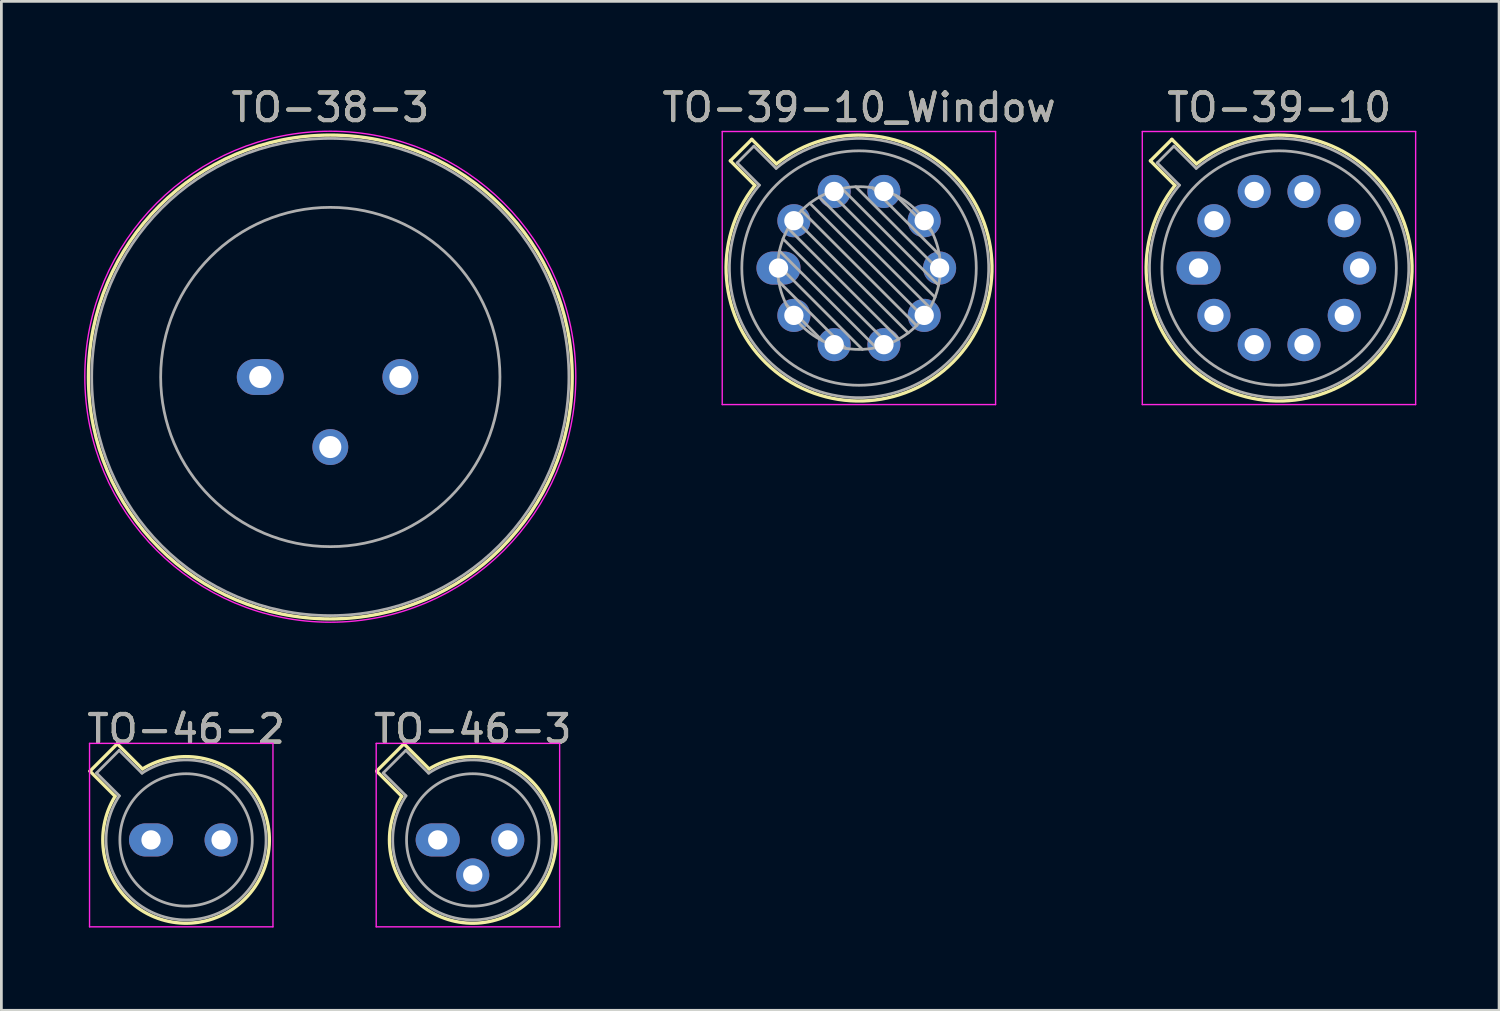
<source format=kicad_pcb>
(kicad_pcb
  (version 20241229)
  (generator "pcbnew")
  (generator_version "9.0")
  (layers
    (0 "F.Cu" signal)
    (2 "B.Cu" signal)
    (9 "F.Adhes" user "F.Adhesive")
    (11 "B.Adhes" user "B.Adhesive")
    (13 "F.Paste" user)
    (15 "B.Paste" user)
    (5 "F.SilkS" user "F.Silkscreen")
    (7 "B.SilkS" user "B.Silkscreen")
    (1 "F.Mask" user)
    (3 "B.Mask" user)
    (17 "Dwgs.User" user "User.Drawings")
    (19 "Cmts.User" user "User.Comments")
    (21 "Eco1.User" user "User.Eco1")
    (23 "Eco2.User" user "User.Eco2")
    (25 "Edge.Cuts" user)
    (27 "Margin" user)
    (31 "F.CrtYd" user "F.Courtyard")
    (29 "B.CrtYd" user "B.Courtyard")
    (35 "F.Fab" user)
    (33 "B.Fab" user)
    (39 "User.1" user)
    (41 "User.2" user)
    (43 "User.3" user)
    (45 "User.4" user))
  (footprint "TO-38-3"
    (layer "F.Cu")
    (at 6.385 10.618)
    (property "Reference" "TO-38-3" (at 2.54 -9.77 0) (layer "F.SilkS") (effects (font (size 1 1) (thickness 0.15))))
    (attr through_hole)
    (fp_circle (center 2.54 0) (end 11.31 0) (stroke (width 0.12) (type solid)) (fill no) (layer "F.SilkS"))
    (fp_circle (center 2.54 -0.01) (end 11.44 -0.01) (stroke (width 0.05) (type solid)) (fill no) (layer "F.CrtYd"))
    (fp_circle (center 2.54 0) (end 8.69 0) (stroke (width 0.1) (type solid)) (fill no) (layer "F.Fab"))
    (fp_circle (center 2.54 0) (end 11.19 0) (stroke (width 0.1) (type solid)) (fill no) (layer "F.Fab"))
    (fp_text user "${REFERENCE}" (at 2.54 -9.77 0) (layer "F.Fab") (effects (font (size 1 1) (thickness 0.15))))
    (pad "1" thru_hole oval (at 0 0) (size 1.7 1.3) (drill 0.8) (layers "*.Cu" "*.Mask"))
    (pad "2" thru_hole oval (at 2.54 2.54) (size 1.3 1.3) (drill 0.8) (layers "*.Cu" "*.Mask"))
    (pad "3" thru_hole oval (at 5.08 0) (size 1.3 1.3) (drill 0.8) (layers "*.Cu" "*.Mask")))
  (footprint "TO-46-3"
    (layer "F.Cu")
    (at 12.819 27.401)
    (property "Reference" "TO-46-3" (at 1.27 -4.02 0) (layer "F.SilkS") (effects (font (size 1 1) (thickness 0.15))))
    (attr through_hole)
    (fp_line (start -2.214 -2.494) (end -1.302 -1.582) (stroke (width 0.12) (type solid)) (layer "F.SilkS"))
    (fp_line (start -1.224 -3.484) (end -2.214 -2.494) (stroke (width 0.12) (type solid)) (layer "F.SilkS"))
    (fp_line (start -0.312 -2.572) (end -1.224 -3.484) (stroke (width 0.12) (type solid)) (layer "F.SilkS"))
    (fp_arc (start -0.312331 -2.572281) (mid 3.405374 2.135551) (end -1.30215 -1.582544) (stroke (width 0.12) (type solid)) (layer "F.SilkS"))
    (fp_line (start -2.23 -3.5) (end -2.23 3.15) (stroke (width 0.05) (type solid)) (layer "F.CrtYd"))
    (fp_line (start -2.23 3.15) (end 4.42 3.15) (stroke (width 0.05) (type solid)) (layer "F.CrtYd"))
    (fp_line (start 4.42 -3.5) (end -2.23 -3.5) (stroke (width 0.05) (type solid)) (layer "F.CrtYd"))
    (fp_line (start 4.42 3.15) (end 4.42 -3.5) (stroke (width 0.05) (type solid)) (layer "F.CrtYd"))
    (fp_line (start -1.977 -2.426) (end -1.149 -1.599) (stroke (width 0.1) (type solid)) (layer "F.Fab"))
    (fp_line (start -1.156 -3.247) (end -1.977 -2.426) (stroke (width 0.1) (type solid)) (layer "F.Fab"))
    (fp_line (start -0.329 -2.419) (end -1.156 -3.247) (stroke (width 0.1) (type solid)) (layer "F.Fab"))
    (fp_arc (start -0.329057 -2.419301) (mid 3.321076 2.050143) (end -1.150029 -1.597956) (stroke (width 0.1) (type solid)) (layer "F.Fab"))
    (fp_circle (center 1.27 0) (end 3.67 0) (stroke (width 0.1) (type solid)) (fill no) (layer "F.Fab"))
    (fp_text user "${REFERENCE}" (at 1.27 -4.02 0) (layer "F.Fab") (effects (font (size 1 1) (thickness 0.15))))
    (pad "1" thru_hole oval (at 0 0) (size 1.6 1.2) (drill 0.7) (layers "*.Cu" "*.Mask"))
    (pad "2" thru_hole oval (at 1.27 1.27) (size 1.2 1.2) (drill 0.7) (layers "*.Cu" "*.Mask"))
    (pad "3" thru_hole oval (at 2.54 0) (size 1.2 1.2) (drill 0.7) (layers "*.Cu" "*.Mask")))
  (footprint "TO-39-10_Window"
    (layer "F.Cu")
    (at 25.174 6.668)
    (property "Reference" "TO-39-10_Window" (at 2.92 -5.82 0) (layer "F.SilkS") (effects (font (size 1 1) (thickness 0.15))))
    (attr through_hole)
    (fp_line (start -1.746 -3.888) (end -0.855 -2.997) (stroke (width 0.12) (type solid)) (layer "F.SilkS"))
    (fp_line (start -0.968 -4.666) (end -1.746 -3.888) (stroke (width 0.12) (type solid)) (layer "F.SilkS"))
    (fp_line (start -0.077 -3.775) (end -0.968 -4.666) (stroke (width 0.12) (type solid)) (layer "F.SilkS"))
    (fp_arc (start -0.077084 -3.774902) (mid 6.328125 3.408384) (end -0.854674 -2.997371) (stroke (width 0.12) (type solid)) (layer "F.SilkS"))
    (fp_line (start -2.04 -4.95) (end -2.04 4.95) (stroke (width 0.05) (type solid)) (layer "F.CrtYd"))
    (fp_line (start -2.04 4.95) (end 7.87 4.95) (stroke (width 0.05) (type solid)) (layer "F.CrtYd"))
    (fp_line (start 7.87 -4.95) (end -2.04 -4.95) (stroke (width 0.05) (type solid)) (layer "F.CrtYd"))
    (fp_line (start 7.87 4.95) (end 7.87 -4.95) (stroke (width 0.05) (type solid)) (layer "F.CrtYd"))
    (fp_line (start -1.5 -3.812) (end -0.694 -3.005) (stroke (width 0.1) (type solid)) (layer "F.Fab"))
    (fp_line (start -0.892 -4.42) (end -1.5 -3.812) (stroke (width 0.1) (type solid)) (layer "F.Fab"))
    (fp_line (start -0.085 -3.614) (end -0.892 -4.42) (stroke (width 0.1) (type solid)) (layer "F.Fab"))
    (fp_line (start -0.028 -0.12) (end 3.04 2.948) (stroke (width 0.1) (type solid)) (layer "F.Fab"))
    (fp_line (start 0.009 0.485) (end 2.435 2.911) (stroke (width 0.1) (type solid)) (layer "F.Fab"))
    (fp_line (start 0.036 -0.622) (end 3.542 2.884) (stroke (width 0.1) (type solid)) (layer "F.Fab"))
    (fp_line (start 0.165 -1.058) (end 3.978 2.755) (stroke (width 0.1) (type solid)) (layer "F.Fab"))
    (fp_line (start 0.283 1.324) (end 1.596 2.637) (stroke (width 0.1) (type solid)) (layer "F.Fab"))
    (fp_line (start 0.346 -1.443) (end 4.363 2.574) (stroke (width 0.1) (type solid)) (layer "F.Fab"))
    (fp_line (start 0.57 -1.784) (end 4.704 2.35) (stroke (width 0.1) (type solid)) (layer "F.Fab"))
    (fp_line (start 0.834 -2.086) (end 5.006 2.086) (stroke (width 0.1) (type solid)) (layer "F.Fab"))
    (fp_line (start 1.136 -2.35) (end 5.27 1.784) (stroke (width 0.1) (type solid)) (layer "F.Fab"))
    (fp_line (start 1.477 -2.574) (end 5.494 1.443) (stroke (width 0.1) (type solid)) (layer "F.Fab"))
    (fp_line (start 1.862 -2.755) (end 5.675 1.058) (stroke (width 0.1) (type solid)) (layer "F.Fab"))
    (fp_line (start 2.298 -2.884) (end 5.804 0.622) (stroke (width 0.1) (type solid)) (layer "F.Fab"))
    (fp_line (start 2.8 -2.948) (end 5.868 0.12) (stroke (width 0.1) (type solid)) (layer "F.Fab"))
    (fp_line (start 3.405 -2.911) (end 5.831 -0.485) (stroke (width 0.1) (type solid)) (layer "F.Fab"))
    (fp_line (start 4.244 -2.637) (end 5.557 -1.324) (stroke (width 0.1) (type solid)) (layer "F.Fab"))
    (fp_arc (start -0.085408 -3.61352) (mid 6.243443 3.323361) (end -0.693594 -3.005319) (stroke (width 0.1) (type solid)) (layer "F.Fab"))
    (fp_circle (center 2.92 0) (end 5.87 0) (stroke (width 0.1) (type solid)) (fill no) (layer "F.Fab"))
    (fp_circle (center 2.92 0) (end 7.17 0) (stroke (width 0.1) (type solid)) (fill no) (layer "F.Fab"))
    (fp_text user "${REFERENCE}" (at 2.92 -5.82 0) (layer "F.Fab") (effects (font (size 1 1) (thickness 0.15))))
    (pad "1" thru_hole oval (at 0 0) (size 1.6 1.2) (drill 0.7) (layers "*.Cu" "*.Mask"))
    (pad "2" thru_hole oval (at 0.558 1.716) (size 1.2 1.2) (drill 0.7) (layers "*.Cu" "*.Mask"))
    (pad "3" thru_hole oval (at 2.018 2.777) (size 1.2 1.2) (drill 0.7) (layers "*.Cu" "*.Mask"))
    (pad "4" thru_hole oval (at 3.822 2.777) (size 1.2 1.2) (drill 0.7) (layers "*.Cu" "*.Mask"))
    (pad "5" thru_hole oval (at 5.282 1.716) (size 1.2 1.2) (drill 0.7) (layers "*.Cu" "*.Mask"))
    (pad "6" thru_hole oval (at 5.84 0) (size 1.2 1.2) (drill 0.7) (layers "*.Cu" "*.Mask"))
    (pad "7" thru_hole oval (at 5.282 -1.716) (size 1.2 1.2) (drill 0.7) (layers "*.Cu" "*.Mask"))
    (pad "8" thru_hole oval (at 3.822 -2.777) (size 1.2 1.2) (drill 0.7) (layers "*.Cu" "*.Mask"))
    (pad "9" thru_hole oval (at 2.018 -2.777) (size 1.2 1.2) (drill 0.7) (layers "*.Cu" "*.Mask"))
    (pad "10" thru_hole oval (at 0.558 -1.716) (size 1.2 1.2) (drill 0.7) (layers "*.Cu" "*.Mask")))
  (footprint "TO-39-10"
    (layer "F.Cu")
    (at 40.403 6.668)
    (property "Reference" "TO-39-10" (at 2.92 -5.82 0) (layer "F.SilkS") (effects (font (size 1 1) (thickness 0.15))))
    (attr through_hole)
    (fp_line (start -1.746 -3.888) (end -0.855 -2.997) (stroke (width 0.12) (type solid)) (layer "F.SilkS"))
    (fp_line (start -0.968 -4.666) (end -1.746 -3.888) (stroke (width 0.12) (type solid)) (layer "F.SilkS"))
    (fp_line (start -0.077 -3.775) (end -0.968 -4.666) (stroke (width 0.12) (type solid)) (layer "F.SilkS"))
    (fp_arc (start -0.077084 -3.774902) (mid 6.328125 3.408384) (end -0.854674 -2.997371) (stroke (width 0.12) (type solid)) (layer "F.SilkS"))
    (fp_line (start -2.04 -4.95) (end -2.04 4.95) (stroke (width 0.05) (type solid)) (layer "F.CrtYd"))
    (fp_line (start -2.04 4.95) (end 7.87 4.95) (stroke (width 0.05) (type solid)) (layer "F.CrtYd"))
    (fp_line (start 7.87 -4.95) (end -2.04 -4.95) (stroke (width 0.05) (type solid)) (layer "F.CrtYd"))
    (fp_line (start 7.87 4.95) (end 7.87 -4.95) (stroke (width 0.05) (type solid)) (layer "F.CrtYd"))
    (fp_line (start -1.5 -3.812) (end -0.694 -3.005) (stroke (width 0.1) (type solid)) (layer "F.Fab"))
    (fp_line (start -0.892 -4.42) (end -1.5 -3.812) (stroke (width 0.1) (type solid)) (layer "F.Fab"))
    (fp_line (start -0.085 -3.614) (end -0.892 -4.42) (stroke (width 0.1) (type solid)) (layer "F.Fab"))
    (fp_arc (start -0.085408 -3.61352) (mid 6.243443 3.323361) (end -0.693594 -3.005319) (stroke (width 0.1) (type solid)) (layer "F.Fab"))
    (fp_circle (center 2.92 0) (end 7.17 0) (stroke (width 0.1) (type solid)) (fill no) (layer "F.Fab"))
    (fp_text user "${REFERENCE}" (at 2.92 -5.82 0) (layer "F.Fab") (effects (font (size 1 1) (thickness 0.15))))
    (pad "1" thru_hole oval (at 0 0) (size 1.6 1.2) (drill 0.7) (layers "*.Cu" "*.Mask"))
    (pad "2" thru_hole oval (at 0.558 1.716) (size 1.2 1.2) (drill 0.7) (layers "*.Cu" "*.Mask"))
    (pad "3" thru_hole oval (at 2.018 2.777) (size 1.2 1.2) (drill 0.7) (layers "*.Cu" "*.Mask"))
    (pad "4" thru_hole oval (at 3.822 2.777) (size 1.2 1.2) (drill 0.7) (layers "*.Cu" "*.Mask"))
    (pad "5" thru_hole oval (at 5.282 1.716) (size 1.2 1.2) (drill 0.7) (layers "*.Cu" "*.Mask"))
    (pad "6" thru_hole oval (at 5.84 0) (size 1.2 1.2) (drill 0.7) (layers "*.Cu" "*.Mask"))
    (pad "7" thru_hole oval (at 5.282 -1.716) (size 1.2 1.2) (drill 0.7) (layers "*.Cu" "*.Mask"))
    (pad "8" thru_hole oval (at 3.822 -2.777) (size 1.2 1.2) (drill 0.7) (layers "*.Cu" "*.Mask"))
    (pad "9" thru_hole oval (at 2.018 -2.777) (size 1.2 1.2) (drill 0.7) (layers "*.Cu" "*.Mask"))
    (pad "10" thru_hole oval (at 0.558 -1.716) (size 1.2 1.2) (drill 0.7) (layers "*.Cu" "*.Mask")))
  (footprint "TO-46-2"
    (layer "F.Cu")
    (at 2.426 27.401)
    (property "Reference" "TO-46-2" (at 1.27 -4.02 0) (layer "F.SilkS") (effects (font (size 1 1) (thickness 0.15))))
    (attr through_hole)
    (fp_line (start -2.214 -2.494) (end -1.302 -1.582) (stroke (width 0.12) (type solid)) (layer "F.SilkS"))
    (fp_line (start -1.224 -3.484) (end -2.214 -2.494) (stroke (width 0.12) (type solid)) (layer "F.SilkS"))
    (fp_line (start -0.312 -2.572) (end -1.224 -3.484) (stroke (width 0.12) (type solid)) (layer "F.SilkS"))
    (fp_arc (start -0.312331 -2.572281) (mid 3.405374 2.135551) (end -1.30215 -1.582544) (stroke (width 0.12) (type solid)) (layer "F.SilkS"))
    (fp_line (start -2.23 -3.5) (end -2.23 3.15) (stroke (width 0.05) (type solid)) (layer "F.CrtYd"))
    (fp_line (start -2.23 3.15) (end 4.42 3.15) (stroke (width 0.05) (type solid)) (layer "F.CrtYd"))
    (fp_line (start 4.42 -3.5) (end -2.23 -3.5) (stroke (width 0.05) (type solid)) (layer "F.CrtYd"))
    (fp_line (start 4.42 3.15) (end 4.42 -3.5) (stroke (width 0.05) (type solid)) (layer "F.CrtYd"))
    (fp_line (start -1.977 -2.426) (end -1.149 -1.599) (stroke (width 0.1) (type solid)) (layer "F.Fab"))
    (fp_line (start -1.156 -3.247) (end -1.977 -2.426) (stroke (width 0.1) (type solid)) (layer "F.Fab"))
    (fp_line (start -0.329 -2.419) (end -1.156 -3.247) (stroke (width 0.1) (type solid)) (layer "F.Fab"))
    (fp_arc (start -0.329057 -2.419301) (mid 3.321076 2.050143) (end -1.150029 -1.597956) (stroke (width 0.1) (type solid)) (layer "F.Fab"))
    (fp_circle (center 1.27 0) (end 3.67 0) (stroke (width 0.1) (type solid)) (fill no) (layer "F.Fab"))
    (fp_text user "${REFERENCE}" (at 1.27 -4.02 0) (layer "F.Fab") (effects (font (size 1 1) (thickness 0.15))))
    (pad "1" thru_hole oval (at 0 0) (size 1.6 1.2) (drill 0.7) (layers "*.Cu" "*.Mask"))
    (pad "2" thru_hole oval (at 2.54 0) (size 1.2 1.2) (drill 0.7) (layers "*.Cu" "*.Mask")))
  (gr_rect
    (start -3 -3)
    (end 51.298 33.577)
    (stroke (width 0.1) (type default))
    (fill no)
    (layer "Edge.Cuts")))
</source>
